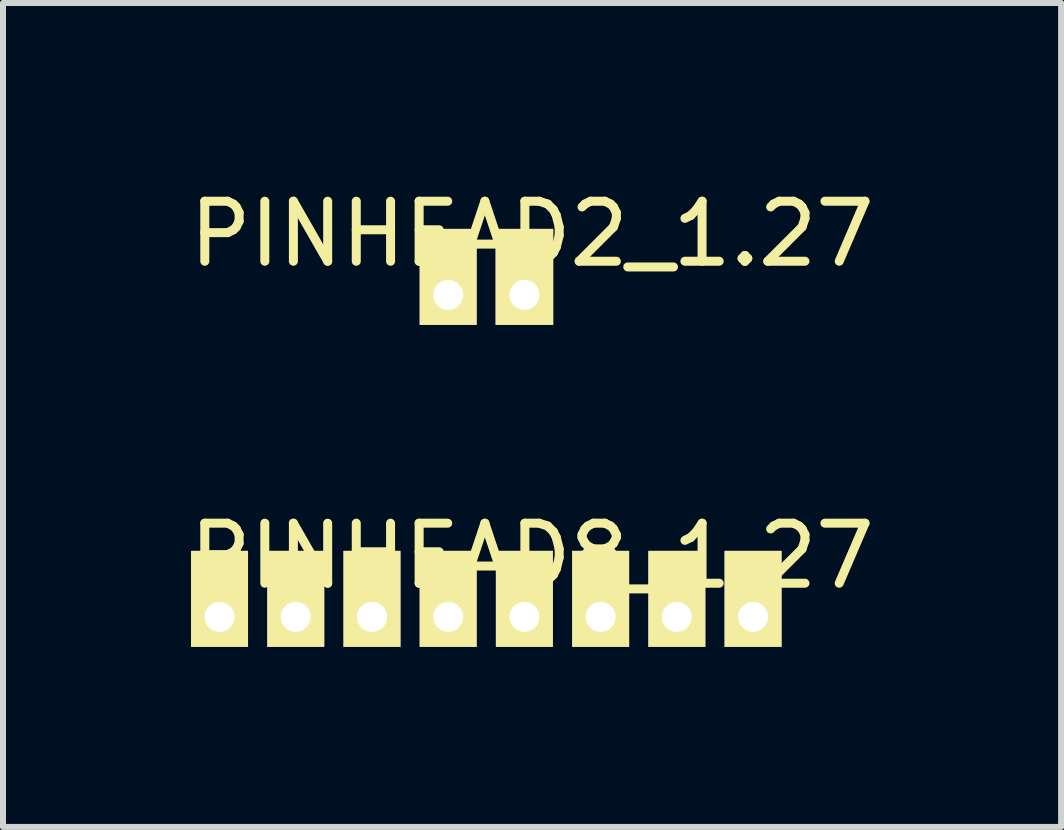
<source format=kicad_pcb>
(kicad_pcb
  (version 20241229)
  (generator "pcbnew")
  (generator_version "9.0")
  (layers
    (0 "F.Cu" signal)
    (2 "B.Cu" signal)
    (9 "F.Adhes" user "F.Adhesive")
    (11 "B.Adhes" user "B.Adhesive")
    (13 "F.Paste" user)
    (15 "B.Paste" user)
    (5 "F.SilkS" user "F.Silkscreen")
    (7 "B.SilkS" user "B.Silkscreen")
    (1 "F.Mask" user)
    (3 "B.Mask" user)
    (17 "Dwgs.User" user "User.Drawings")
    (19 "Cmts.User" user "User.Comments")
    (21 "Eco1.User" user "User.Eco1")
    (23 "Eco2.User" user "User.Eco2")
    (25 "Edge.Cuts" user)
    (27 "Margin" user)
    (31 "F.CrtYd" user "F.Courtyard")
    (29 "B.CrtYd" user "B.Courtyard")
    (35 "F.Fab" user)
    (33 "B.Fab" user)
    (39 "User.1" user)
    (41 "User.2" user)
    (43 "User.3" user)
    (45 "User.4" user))
  (footprint "PINHEAD8_1.27"
    (layer "F.Cu")
    (at 5.053 7.229)
    (property "Reference" "PINHEAD8_1.27" (at 0.762 -1.016 0) (layer "F.SilkS") (effects (font (size 1 1) (thickness 0.15))))
    (attr through_hole)
    (pad "1" thru_hole rect (at -4.445 0) (size 0.95 1.6) (drill 0.5 (offset 0 -0.3)) (layers "*.Cu" "*.Mask" "F.SilkS"))
    (pad "2" thru_hole rect (at -3.175 0) (size 0.95 1.6) (drill 0.5 (offset 0 -0.3)) (layers "*.Cu" "*.Mask" "F.SilkS"))
    (pad "3" thru_hole rect (at -1.905 0) (size 0.95 1.6) (drill 0.5 (offset 0 -0.3)) (layers "*.Cu" "*.Mask" "F.SilkS"))
    (pad "4" thru_hole rect (at -0.635 0) (size 0.95 1.6) (drill 0.5 (offset 0 -0.3)) (layers "*.Cu" "*.Mask" "F.SilkS"))
    (pad "5" thru_hole rect (at 0.635 0) (size 0.95 1.6) (drill 0.5 (offset 0 -0.3)) (layers "*.Cu" "*.Mask" "F.SilkS"))
    (pad "6" thru_hole rect (at 1.905 0) (size 0.95 1.6) (drill 0.5 (offset 0 -0.3)) (layers "*.Cu" "*.Mask" "F.SilkS"))
    (pad "7" thru_hole rect (at 3.175 0) (size 0.95 1.6) (drill 0.5 (offset 0 -0.3)) (layers "*.Cu" "*.Mask" "F.SilkS"))
    (pad "8" thru_hole rect (at 4.445 0) (size 0.95 1.6) (drill 0.5 (offset 0 -0.3)) (layers "*.Cu" "*.Mask" "F.SilkS")))
  (footprint "PINHEAD2_1.27"
    (layer "F.Cu")
    (at 5.053 1.864)
    (property "Reference" "PINHEAD2_1.27" (at 0.762 -1.016 0) (layer "F.SilkS") (effects (font (size 1 1) (thickness 0.15))))
    (attr through_hole)
    (pad "1" thru_hole rect (at -0.635 0) (size 0.95 1.6) (drill 0.5 (offset 0 -0.3)) (layers "*.Cu" "*.Mask" "F.SilkS"))
    (pad "2" thru_hole rect (at 0.635 0) (size 0.96 1.6) (drill 0.5 (offset 0 -0.3)) (layers "*.Cu" "*.Mask" "F.SilkS")))
  (gr_rect
    (start -3 -3)
    (end 14.631 10.729)
    (stroke (width 0.1) (type default))
    (fill no)
    (layer "Edge.Cuts")))
</source>
